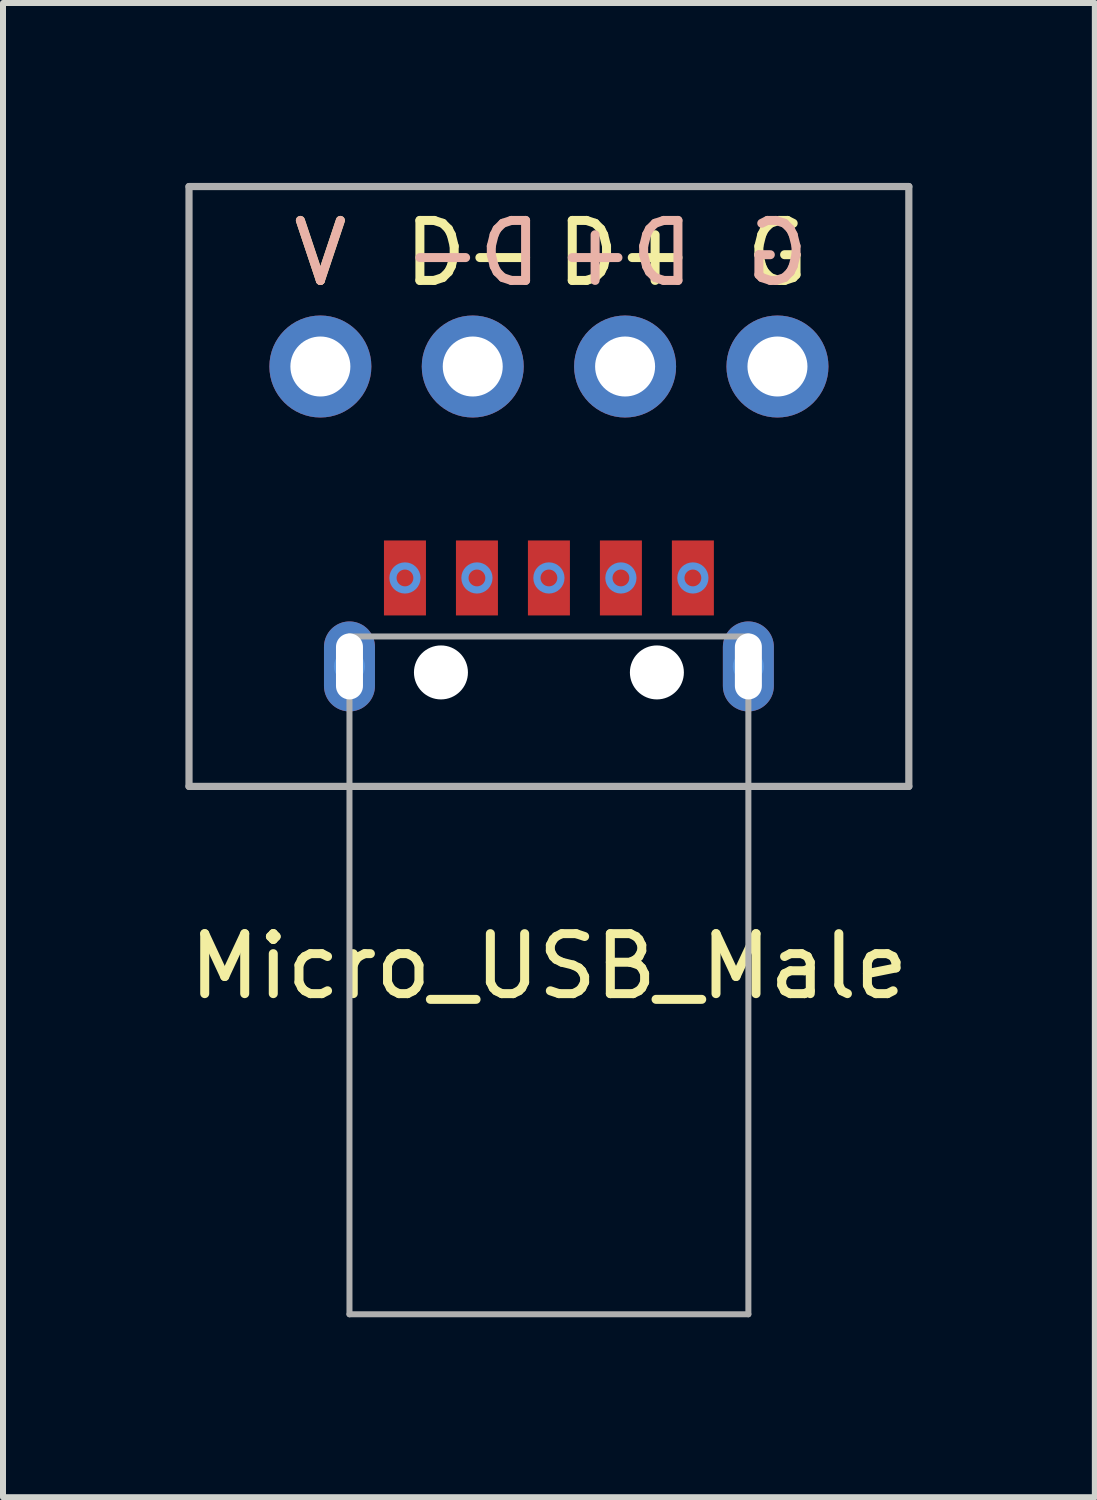
<source format=kicad_pcb>
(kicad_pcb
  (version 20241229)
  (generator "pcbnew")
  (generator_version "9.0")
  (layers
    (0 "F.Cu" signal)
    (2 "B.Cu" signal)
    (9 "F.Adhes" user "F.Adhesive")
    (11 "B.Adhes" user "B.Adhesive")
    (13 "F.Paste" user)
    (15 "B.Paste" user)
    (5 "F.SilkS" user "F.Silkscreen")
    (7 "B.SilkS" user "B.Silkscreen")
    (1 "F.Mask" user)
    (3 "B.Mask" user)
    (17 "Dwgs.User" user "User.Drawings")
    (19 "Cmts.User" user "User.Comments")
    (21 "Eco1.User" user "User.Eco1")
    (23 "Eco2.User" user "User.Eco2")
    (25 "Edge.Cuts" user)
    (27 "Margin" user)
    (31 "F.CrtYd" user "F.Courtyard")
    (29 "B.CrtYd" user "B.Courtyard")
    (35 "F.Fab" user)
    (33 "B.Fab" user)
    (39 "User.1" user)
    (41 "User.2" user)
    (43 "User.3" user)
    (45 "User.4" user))
  (footprint "Micro_USB_Male"
    (layer "F.Cu")
    (at 6.101 8.06)
    (property "Reference" "Micro_USB_Male" (at 0 5 0) (layer "F.SilkS") (effects (font (size 1 1) (thickness 0.15))))
    (attr smd)
    (fp_circle (center -3.81 -5) (end -3.61 -5) (stroke (width 0.12) (type solid)) (fill no) (layer "Cmts.User"))
    (fp_circle (center -3.325 0) (end -3.125 0) (stroke (width 0.12) (type solid)) (fill no) (layer "Cmts.User"))
    (fp_circle (center -2.4 -1.475) (end -2.2 -1.475) (stroke (width 0.12) (type solid)) (fill no) (layer "Cmts.User"))
    (fp_circle (center -1.8 0.1) (end -1.6 0.1) (stroke (width 0.12) (type solid)) (fill no) (layer "Cmts.User"))
    (fp_circle (center -1.27 -5) (end -1.07 -5) (stroke (width 0.12) (type solid)) (fill no) (layer "Cmts.User"))
    (fp_circle (center -1.2 -1.475) (end -1 -1.475) (stroke (width 0.12) (type solid)) (fill no) (layer "Cmts.User"))
    (fp_circle (center 0 -1.475) (end 0.2 -1.475) (stroke (width 0.12) (type solid)) (fill no) (layer "Cmts.User"))
    (fp_circle (center 1.2 -1.475) (end 1.4 -1.475) (stroke (width 0.12) (type solid)) (fill no) (layer "Cmts.User"))
    (fp_circle (center 1.27 -5) (end 1.47 -5) (stroke (width 0.12) (type solid)) (fill no) (layer "Cmts.User"))
    (fp_circle (center 1.8 0.1) (end 2 0.1) (stroke (width 0.12) (type solid)) (fill no) (layer "Cmts.User"))
    (fp_circle (center 2.4 -1.475) (end 2.6 -1.475) (stroke (width 0.12) (type solid)) (fill no) (layer "Cmts.User"))
    (fp_circle (center 3.325 0) (end 3.525 0) (stroke (width 0.12) (type solid)) (fill no) (layer "Cmts.User"))
    (fp_circle (center 3.81 -5) (end 4.01 -5) (stroke (width 0.12) (type solid)) (fill no) (layer "Cmts.User"))
    (fp_line (start -6 -8) (end -6 2) (stroke (width 0.12) (type solid)) (layer "F.Fab"))
    (fp_line (start -6 2) (end 6 2) (stroke (width 0.12) (type solid)) (layer "F.Fab"))
    (fp_line (start -3.325 -0.5) (end 3.325 -0.5) (stroke (width 0.1) (type solid)) (layer "F.Fab"))
    (fp_line (start -3.325 0) (end -3.325 -0.5) (stroke (width 0.1) (type solid)) (layer "F.Fab"))
    (fp_line (start -3.325 0) (end -3.325 10.8) (stroke (width 0.1) (type solid)) (layer "F.Fab"))
    (fp_line (start -3.325 10.8) (end 3.325 10.8) (stroke (width 0.1) (type solid)) (layer "F.Fab"))
    (fp_line (start 3.325 0) (end 3.325 -0.5) (stroke (width 0.1) (type solid)) (layer "F.Fab"))
    (fp_line (start 3.325 0) (end 3.325 10.8) (stroke (width 0.1) (type solid)) (layer "F.Fab"))
    (fp_line (start 6 -8) (end -6 -8) (stroke (width 0.12) (type solid)) (layer "F.Fab"))
    (fp_line (start 6 2) (end 6 -8) (stroke (width 0.12) (type solid)) (layer "F.Fab"))
    (fp_text user "V" (at -3.81 -6.89 0) (layer "F.SilkS") (effects (font (size 1 1) (thickness 0.15))))
    (fp_text user "D+" (at 1.27 -6.89 0) (layer "F.SilkS") (effects (font (size 1 1) (thickness 0.15))))
    (fp_text user "G" (at 3.81 -6.89 0) (layer "F.SilkS") (effects (font (size 1 1) (thickness 0.15))))
    (fp_text user "D-" (at -1.27 -6.89 0) (layer "F.SilkS") (effects (font (size 1 1) (thickness 0.15))))
    (fp_text user "D+" (at 1.27 -6.89 0) (layer "B.SilkS") (effects (font (size 1 1) (thickness 0.15)) (justify mirror)))
    (fp_text user "D-" (at -1.27 -6.89 0) (layer "B.SilkS") (effects (font (size 1 1) (thickness 0.15)) (justify mirror)))
    (fp_text user "V" (at -3.81 -6.89 0) (layer "B.SilkS") (effects (font (size 1 1) (thickness 0.15)) (justify mirror)))
    (fp_text user "G" (at 3.81 -6.89 0) (layer "B.SilkS") (effects (font (size 1 1) (thickness 0.15)) (justify mirror)))
    (pad "" np_thru_hole circle (at -1.8 0.1) (size 0.9 0.9) (drill 0.9) (layers "*.Cu" "*.Mask"))
    (pad "" np_thru_hole circle (at 1.8 0.1) (size 0.9 0.9) (drill 0.9) (layers "*.Cu" "*.Mask"))
    (pad "1" thru_hole circle (at -3.81 -5) (size 1.7 1.7) (drill 1) (layers "*.Cu" "*.Mask"))
    (pad "1" smd rect (at -2.4 -1.475) (size 0.7 1.25) (layers "F.Cu" "F.Mask" "F.Paste"))
    (pad "2" thru_hole circle (at -1.27 -5) (size 1.7 1.7) (drill 1) (layers "*.Cu" "*.Mask"))
    (pad "2" smd rect (at -1.2 -1.475) (size 0.7 1.25) (layers "F.Cu" "F.Mask" "F.Paste"))
    (pad "3" smd rect (at 0 -1.475) (size 0.7 1.25) (layers "F.Cu" "F.Mask" "F.Paste"))
    (pad "3" thru_hole circle (at 1.27 -5) (size 1.7 1.7) (drill 1) (layers "*.Cu" "*.Mask"))
    (pad "4" smd rect (at 1.2 -1.475) (size 0.7 1.25) (layers "F.Cu" "F.Mask" "F.Paste"))
    (pad "5" smd rect (at 2.4 -1.475) (size 0.7 1.25) (layers "F.Cu" "F.Mask" "F.Paste"))
    (pad "5" thru_hole circle (at 3.81 -5) (size 1.7 1.7) (drill 1) (layers "*.Cu" "*.Mask"))
    (pad "6" thru_hole oval (at -3.325 0) (size 0.85 1.5) (drill oval 0.45 1.1) (layers "*.Cu" "*.Mask"))
    (pad "6" thru_hole oval (at 3.325 0) (size 0.85 1.5) (drill oval 0.45 1.1) (layers "*.Cu" "*.Mask")))
  (gr_rect
    (start -3 -3)
    (end 15.202 21.91)
    (stroke (width 0.1) (type default))
    (fill no)
    (layer "Edge.Cuts")))
</source>
